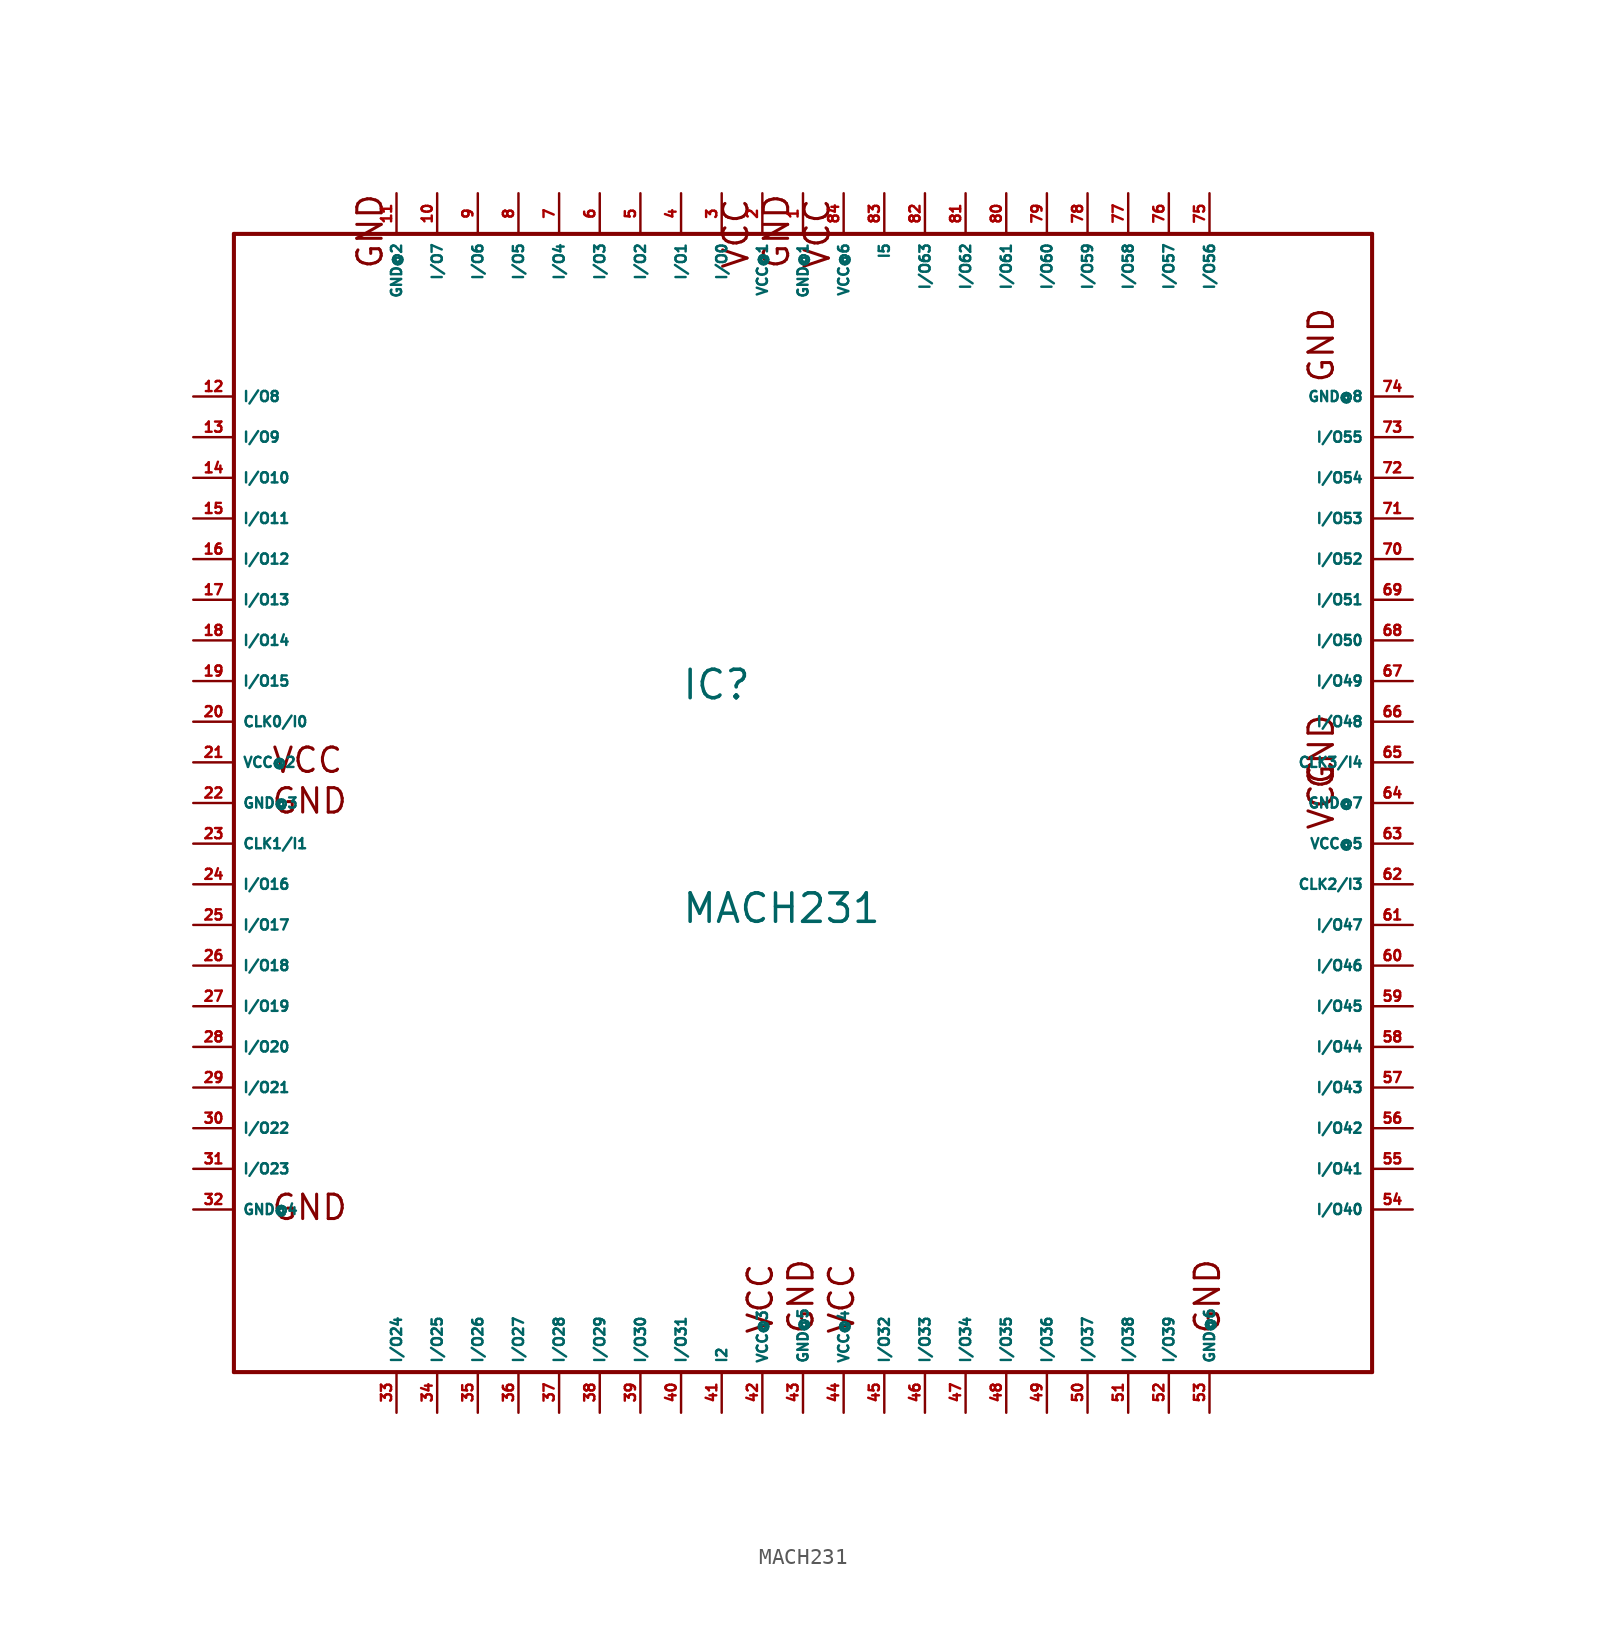
<source format=kicad_sym>
(kicad_symbol_lib
  (version 20220914)
  (generator Eagle2Kicad)
  (symbol "MACH231"
    (property "Reference" "IC"
      (at -7.62 6.35 0)
      (effects (font (size 1.778 1.778) (thickness 0.22)) (justify left bottom)))
    (property "Value" "MACH231"
      (at -7.62 -7.62 0)
      (effects (font (size 1.778 1.778) (thickness 0.22)) (justify left bottom)))
    (polyline
      (pts (xy -35.56 35.56) (xy 35.56 35.56))
      (stroke (width 0.254) (type default))
      (fill (type none)))
    (polyline
      (pts (xy 35.56 35.56) (xy 35.56 -35.56))
      (stroke (width 0.254) (type default))
      (fill (type none)))
    (polyline
      (pts (xy 35.56 -35.56) (xy -35.56 -35.56))
      (stroke (width 0.254) (type default))
      (fill (type none)))
    (polyline
      (pts (xy -35.56 -35.56) (xy -35.56 35.56))
      (stroke (width 0.254) (type default))
      (fill (type none)))
    (text "VCC"
      (at -33.274 1.778 0)
      (effects (font (size 1.524 1.524) (thickness 0.19)) (justify left bottom)))
    (text "GND"
      (at -33.274 -0.762 0)
      (effects (font (size 1.524 1.524) (thickness 0.19)) (justify left bottom)))
    (text "VCC"
      (at -1.778 -33.274 900)
      (effects (font (size 1.524 1.524) (thickness 0.19)) (justify left bottom)))
    (text "VCC"
      (at 3.302 -33.274 900)
      (effects (font (size 1.524 1.524) (thickness 0.19)) (justify left bottom)))
    (text "VCC"
      (at 33.274 -1.778 1800)
      (effects (font (size 1.524 1.524) (thickness 0.19)) (justify left bottom)))
    (text "VCC"
      (at 1.778 33.274 2700)
      (effects (font (size 1.524 1.524) (thickness 0.19)) (justify left bottom)))
    (text "VCC"
      (at -3.302 33.274 2700)
      (effects (font (size 1.524 1.524) (thickness 0.19)) (justify left bottom)))
    (text "GND"
      (at -33.274 -26.162 0)
      (effects (font (size 1.524 1.524) (thickness 0.19)) (justify left bottom)))
    (text "GND"
      (at 0.762 -33.274 900)
      (effects (font (size 1.524 1.524) (thickness 0.19)) (justify left bottom)))
    (text "GND"
      (at 33.274 0.762 1800)
      (effects (font (size 1.524 1.524) (thickness 0.19)) (justify left bottom)))
    (text "GND"
      (at 33.274 26.162 1800)
      (effects (font (size 1.524 1.524) (thickness 0.19)) (justify left bottom)))
    (text "GND"
      (at -0.762 33.274 2700)
      (effects (font (size 1.524 1.524) (thickness 0.19)) (justify left bottom)))
    (text "GND"
      (at -26.162 33.274 2700)
      (effects (font (size 1.524 1.524) (thickness 0.19)) (justify left bottom)))
    (text "GND"
      (at 26.162 -33.274 900)
      (effects (font (size 1.524 1.524) (thickness 0.19)) (justify left bottom)))
    (pin unspecified line
      (at 0 38.1 270)
      (length 2.54)
      (name "GND@1" (effects (font (size 0.635 0.635) (thickness 0.08)) (justify left bottom)))
      (number "1" (effects (font (size 0.635 0.635) (thickness 0.08)) (justify left bottom))))
    (pin bidirectional line
      (at -5.08 38.1 270)
      (length 2.54)
      (name "I/O0" (effects (font (size 0.635 0.635) (thickness 0.08)) (justify left bottom)))
      (number "3" (effects (font (size 0.635 0.635) (thickness 0.08)) (justify left bottom))))
    (pin bidirectional line
      (at -7.62 38.1 270)
      (length 2.54)
      (name "I/O1" (effects (font (size 0.635 0.635) (thickness 0.08)) (justify left bottom)))
      (number "4" (effects (font (size 0.635 0.635) (thickness 0.08)) (justify left bottom))))
    (pin bidirectional line
      (at -10.16 38.1 270)
      (length 2.54)
      (name "I/O2" (effects (font (size 0.635 0.635) (thickness 0.08)) (justify left bottom)))
      (number "5" (effects (font (size 0.635 0.635) (thickness 0.08)) (justify left bottom))))
    (pin bidirectional line
      (at -12.7 38.1 270)
      (length 2.54)
      (name "I/O3" (effects (font (size 0.635 0.635) (thickness 0.08)) (justify left bottom)))
      (number "6" (effects (font (size 0.635 0.635) (thickness 0.08)) (justify left bottom))))
    (pin bidirectional line
      (at -15.24 38.1 270)
      (length 2.54)
      (name "I/O4" (effects (font (size 0.635 0.635) (thickness 0.08)) (justify left bottom)))
      (number "7" (effects (font (size 0.635 0.635) (thickness 0.08)) (justify left bottom))))
    (pin bidirectional line
      (at -17.78 38.1 270)
      (length 2.54)
      (name "I/O5" (effects (font (size 0.635 0.635) (thickness 0.08)) (justify left bottom)))
      (number "8" (effects (font (size 0.635 0.635) (thickness 0.08)) (justify left bottom))))
    (pin bidirectional line
      (at -20.32 38.1 270)
      (length 2.54)
      (name "I/O6" (effects (font (size 0.635 0.635) (thickness 0.08)) (justify left bottom)))
      (number "9" (effects (font (size 0.635 0.635) (thickness 0.08)) (justify left bottom))))
    (pin bidirectional line
      (at -22.86 38.1 270)
      (length 2.54)
      (name "I/O7" (effects (font (size 0.635 0.635) (thickness 0.08)) (justify left bottom)))
      (number "10" (effects (font (size 0.635 0.635) (thickness 0.08)) (justify left bottom))))
    (pin bidirectional line
      (at -38.1 25.4 0)
      (length 2.54)
      (name "I/O8" (effects (font (size 0.635 0.635) (thickness 0.08)) (justify left bottom)))
      (number "12" (effects (font (size 0.635 0.635) (thickness 0.08)) (justify left bottom))))
    (pin bidirectional line
      (at -38.1 22.86 0)
      (length 2.54)
      (name "I/O9" (effects (font (size 0.635 0.635) (thickness 0.08)) (justify left bottom)))
      (number "13" (effects (font (size 0.635 0.635) (thickness 0.08)) (justify left bottom))))
    (pin bidirectional line
      (at -38.1 20.32 0)
      (length 2.54)
      (name "I/O10" (effects (font (size 0.635 0.635) (thickness 0.08)) (justify left bottom)))
      (number "14" (effects (font (size 0.635 0.635) (thickness 0.08)) (justify left bottom))))
    (pin bidirectional line
      (at -38.1 17.78 0)
      (length 2.54)
      (name "I/O11" (effects (font (size 0.635 0.635) (thickness 0.08)) (justify left bottom)))
      (number "15" (effects (font (size 0.635 0.635) (thickness 0.08)) (justify left bottom))))
    (pin bidirectional line
      (at -38.1 15.24 0)
      (length 2.54)
      (name "I/O12" (effects (font (size 0.635 0.635) (thickness 0.08)) (justify left bottom)))
      (number "16" (effects (font (size 0.635 0.635) (thickness 0.08)) (justify left bottom))))
    (pin bidirectional line
      (at -38.1 12.7 0)
      (length 2.54)
      (name "I/O13" (effects (font (size 0.635 0.635) (thickness 0.08)) (justify left bottom)))
      (number "17" (effects (font (size 0.635 0.635) (thickness 0.08)) (justify left bottom))))
    (pin bidirectional line
      (at -38.1 10.16 0)
      (length 2.54)
      (name "I/O14" (effects (font (size 0.635 0.635) (thickness 0.08)) (justify left bottom)))
      (number "18" (effects (font (size 0.635 0.635) (thickness 0.08)) (justify left bottom))))
    (pin bidirectional line
      (at -38.1 7.62 0)
      (length 2.54)
      (name "I/O15" (effects (font (size 0.635 0.635) (thickness 0.08)) (justify left bottom)))
      (number "19" (effects (font (size 0.635 0.635) (thickness 0.08)) (justify left bottom))))
    (pin bidirectional line
      (at -38.1 -5.08 0)
      (length 2.54)
      (name "I/O16" (effects (font (size 0.635 0.635) (thickness 0.08)) (justify left bottom)))
      (number "24" (effects (font (size 0.635 0.635) (thickness 0.08)) (justify left bottom))))
    (pin bidirectional line
      (at -38.1 -7.62 0)
      (length 2.54)
      (name "I/O17" (effects (font (size 0.635 0.635) (thickness 0.08)) (justify left bottom)))
      (number "25" (effects (font (size 0.635 0.635) (thickness 0.08)) (justify left bottom))))
    (pin bidirectional line
      (at -38.1 -10.16 0)
      (length 2.54)
      (name "I/O18" (effects (font (size 0.635 0.635) (thickness 0.08)) (justify left bottom)))
      (number "26" (effects (font (size 0.635 0.635) (thickness 0.08)) (justify left bottom))))
    (pin bidirectional line
      (at -38.1 -12.7 0)
      (length 2.54)
      (name "I/O19" (effects (font (size 0.635 0.635) (thickness 0.08)) (justify left bottom)))
      (number "27" (effects (font (size 0.635 0.635) (thickness 0.08)) (justify left bottom))))
    (pin bidirectional line
      (at -38.1 -15.24 0)
      (length 2.54)
      (name "I/O20" (effects (font (size 0.635 0.635) (thickness 0.08)) (justify left bottom)))
      (number "28" (effects (font (size 0.635 0.635) (thickness 0.08)) (justify left bottom))))
    (pin bidirectional line
      (at -38.1 -17.78 0)
      (length 2.54)
      (name "I/O21" (effects (font (size 0.635 0.635) (thickness 0.08)) (justify left bottom)))
      (number "29" (effects (font (size 0.635 0.635) (thickness 0.08)) (justify left bottom))))
    (pin bidirectional line
      (at -38.1 -20.32 0)
      (length 2.54)
      (name "I/O22" (effects (font (size 0.635 0.635) (thickness 0.08)) (justify left bottom)))
      (number "30" (effects (font (size 0.635 0.635) (thickness 0.08)) (justify left bottom))))
    (pin bidirectional line
      (at -38.1 -22.86 0)
      (length 2.54)
      (name "I/O23" (effects (font (size 0.635 0.635) (thickness 0.08)) (justify left bottom)))
      (number "31" (effects (font (size 0.635 0.635) (thickness 0.08)) (justify left bottom))))
    (pin bidirectional line
      (at -25.4 -38.1 90)
      (length 2.54)
      (name "I/O24" (effects (font (size 0.635 0.635) (thickness 0.08)) (justify left bottom)))
      (number "33" (effects (font (size 0.635 0.635) (thickness 0.08)) (justify left bottom))))
    (pin bidirectional line
      (at -22.86 -38.1 90)
      (length 2.54)
      (name "I/O25" (effects (font (size 0.635 0.635) (thickness 0.08)) (justify left bottom)))
      (number "34" (effects (font (size 0.635 0.635) (thickness 0.08)) (justify left bottom))))
    (pin bidirectional line
      (at -20.32 -38.1 90)
      (length 2.54)
      (name "I/O26" (effects (font (size 0.635 0.635) (thickness 0.08)) (justify left bottom)))
      (number "35" (effects (font (size 0.635 0.635) (thickness 0.08)) (justify left bottom))))
    (pin bidirectional line
      (at -17.78 -38.1 90)
      (length 2.54)
      (name "I/O27" (effects (font (size 0.635 0.635) (thickness 0.08)) (justify left bottom)))
      (number "36" (effects (font (size 0.635 0.635) (thickness 0.08)) (justify left bottom))))
    (pin bidirectional line
      (at -15.24 -38.1 90)
      (length 2.54)
      (name "I/O28" (effects (font (size 0.635 0.635) (thickness 0.08)) (justify left bottom)))
      (number "37" (effects (font (size 0.635 0.635) (thickness 0.08)) (justify left bottom))))
    (pin bidirectional line
      (at -12.7 -38.1 90)
      (length 2.54)
      (name "I/O29" (effects (font (size 0.635 0.635) (thickness 0.08)) (justify left bottom)))
      (number "38" (effects (font (size 0.635 0.635) (thickness 0.08)) (justify left bottom))))
    (pin bidirectional line
      (at -10.16 -38.1 90)
      (length 2.54)
      (name "I/O30" (effects (font (size 0.635 0.635) (thickness 0.08)) (justify left bottom)))
      (number "39" (effects (font (size 0.635 0.635) (thickness 0.08)) (justify left bottom))))
    (pin bidirectional line
      (at -7.62 -38.1 90)
      (length 2.54)
      (name "I/O31" (effects (font (size 0.635 0.635) (thickness 0.08)) (justify left bottom)))
      (number "40" (effects (font (size 0.635 0.635) (thickness 0.08)) (justify left bottom))))
    (pin bidirectional line
      (at 5.08 -38.1 90)
      (length 2.54)
      (name "I/O32" (effects (font (size 0.635 0.635) (thickness 0.08)) (justify left bottom)))
      (number "45" (effects (font (size 0.635 0.635) (thickness 0.08)) (justify left bottom))))
    (pin bidirectional line
      (at 7.62 -38.1 90)
      (length 2.54)
      (name "I/O33" (effects (font (size 0.635 0.635) (thickness 0.08)) (justify left bottom)))
      (number "46" (effects (font (size 0.635 0.635) (thickness 0.08)) (justify left bottom))))
    (pin bidirectional line
      (at 10.16 -38.1 90)
      (length 2.54)
      (name "I/O34" (effects (font (size 0.635 0.635) (thickness 0.08)) (justify left bottom)))
      (number "47" (effects (font (size 0.635 0.635) (thickness 0.08)) (justify left bottom))))
    (pin bidirectional line
      (at 12.7 -38.1 90)
      (length 2.54)
      (name "I/O35" (effects (font (size 0.635 0.635) (thickness 0.08)) (justify left bottom)))
      (number "48" (effects (font (size 0.635 0.635) (thickness 0.08)) (justify left bottom))))
    (pin bidirectional line
      (at 15.24 -38.1 90)
      (length 2.54)
      (name "I/O36" (effects (font (size 0.635 0.635) (thickness 0.08)) (justify left bottom)))
      (number "49" (effects (font (size 0.635 0.635) (thickness 0.08)) (justify left bottom))))
    (pin bidirectional line
      (at 17.78 -38.1 90)
      (length 2.54)
      (name "I/O37" (effects (font (size 0.635 0.635) (thickness 0.08)) (justify left bottom)))
      (number "50" (effects (font (size 0.635 0.635) (thickness 0.08)) (justify left bottom))))
    (pin bidirectional line
      (at 20.32 -38.1 90)
      (length 2.54)
      (name "I/O38" (effects (font (size 0.635 0.635) (thickness 0.08)) (justify left bottom)))
      (number "51" (effects (font (size 0.635 0.635) (thickness 0.08)) (justify left bottom))))
    (pin bidirectional line
      (at 22.86 -38.1 90)
      (length 2.54)
      (name "I/O39" (effects (font (size 0.635 0.635) (thickness 0.08)) (justify left bottom)))
      (number "52" (effects (font (size 0.635 0.635) (thickness 0.08)) (justify left bottom))))
    (pin bidirectional line
      (at 38.1 -25.4 180)
      (length 2.54)
      (name "I/O40" (effects (font (size 0.635 0.635) (thickness 0.08)) (justify left bottom)))
      (number "54" (effects (font (size 0.635 0.635) (thickness 0.08)) (justify left bottom))))
    (pin bidirectional line
      (at 38.1 -22.86 180)
      (length 2.54)
      (name "I/O41" (effects (font (size 0.635 0.635) (thickness 0.08)) (justify left bottom)))
      (number "55" (effects (font (size 0.635 0.635) (thickness 0.08)) (justify left bottom))))
    (pin bidirectional line
      (at 38.1 -20.32 180)
      (length 2.54)
      (name "I/O42" (effects (font (size 0.635 0.635) (thickness 0.08)) (justify left bottom)))
      (number "56" (effects (font (size 0.635 0.635) (thickness 0.08)) (justify left bottom))))
    (pin bidirectional line
      (at 38.1 -17.78 180)
      (length 2.54)
      (name "I/O43" (effects (font (size 0.635 0.635) (thickness 0.08)) (justify left bottom)))
      (number "57" (effects (font (size 0.635 0.635) (thickness 0.08)) (justify left bottom))))
    (pin bidirectional line
      (at 38.1 -15.24 180)
      (length 2.54)
      (name "I/O44" (effects (font (size 0.635 0.635) (thickness 0.08)) (justify left bottom)))
      (number "58" (effects (font (size 0.635 0.635) (thickness 0.08)) (justify left bottom))))
    (pin bidirectional line
      (at 38.1 -12.7 180)
      (length 2.54)
      (name "I/O45" (effects (font (size 0.635 0.635) (thickness 0.08)) (justify left bottom)))
      (number "59" (effects (font (size 0.635 0.635) (thickness 0.08)) (justify left bottom))))
    (pin bidirectional line
      (at 38.1 -10.16 180)
      (length 2.54)
      (name "I/O46" (effects (font (size 0.635 0.635) (thickness 0.08)) (justify left bottom)))
      (number "60" (effects (font (size 0.635 0.635) (thickness 0.08)) (justify left bottom))))
    (pin bidirectional line
      (at 38.1 -7.62 180)
      (length 2.54)
      (name "I/O47" (effects (font (size 0.635 0.635) (thickness 0.08)) (justify left bottom)))
      (number "61" (effects (font (size 0.635 0.635) (thickness 0.08)) (justify left bottom))))
    (pin bidirectional line
      (at 38.1 5.08 180)
      (length 2.54)
      (name "I/O48" (effects (font (size 0.635 0.635) (thickness 0.08)) (justify left bottom)))
      (number "66" (effects (font (size 0.635 0.635) (thickness 0.08)) (justify left bottom))))
    (pin bidirectional line
      (at 38.1 7.62 180)
      (length 2.54)
      (name "I/O49" (effects (font (size 0.635 0.635) (thickness 0.08)) (justify left bottom)))
      (number "67" (effects (font (size 0.635 0.635) (thickness 0.08)) (justify left bottom))))
    (pin bidirectional line
      (at 38.1 10.16 180)
      (length 2.54)
      (name "I/O50" (effects (font (size 0.635 0.635) (thickness 0.08)) (justify left bottom)))
      (number "68" (effects (font (size 0.635 0.635) (thickness 0.08)) (justify left bottom))))
    (pin bidirectional line
      (at 38.1 12.7 180)
      (length 2.54)
      (name "I/O51" (effects (font (size 0.635 0.635) (thickness 0.08)) (justify left bottom)))
      (number "69" (effects (font (size 0.635 0.635) (thickness 0.08)) (justify left bottom))))
    (pin bidirectional line
      (at 38.1 15.24 180)
      (length 2.54)
      (name "I/O52" (effects (font (size 0.635 0.635) (thickness 0.08)) (justify left bottom)))
      (number "70" (effects (font (size 0.635 0.635) (thickness 0.08)) (justify left bottom))))
    (pin bidirectional line
      (at 38.1 17.78 180)
      (length 2.54)
      (name "I/O53" (effects (font (size 0.635 0.635) (thickness 0.08)) (justify left bottom)))
      (number "71" (effects (font (size 0.635 0.635) (thickness 0.08)) (justify left bottom))))
    (pin bidirectional line
      (at 38.1 20.32 180)
      (length 2.54)
      (name "I/O54" (effects (font (size 0.635 0.635) (thickness 0.08)) (justify left bottom)))
      (number "72" (effects (font (size 0.635 0.635) (thickness 0.08)) (justify left bottom))))
    (pin bidirectional line
      (at 38.1 22.86 180)
      (length 2.54)
      (name "I/O55" (effects (font (size 0.635 0.635) (thickness 0.08)) (justify left bottom)))
      (number "73" (effects (font (size 0.635 0.635) (thickness 0.08)) (justify left bottom))))
    (pin bidirectional line
      (at 25.4 38.1 270)
      (length 2.54)
      (name "I/O56" (effects (font (size 0.635 0.635) (thickness 0.08)) (justify left bottom)))
      (number "75" (effects (font (size 0.635 0.635) (thickness 0.08)) (justify left bottom))))
    (pin bidirectional line
      (at 22.86 38.1 270)
      (length 2.54)
      (name "I/O57" (effects (font (size 0.635 0.635) (thickness 0.08)) (justify left bottom)))
      (number "76" (effects (font (size 0.635 0.635) (thickness 0.08)) (justify left bottom))))
    (pin bidirectional line
      (at 20.32 38.1 270)
      (length 2.54)
      (name "I/O58" (effects (font (size 0.635 0.635) (thickness 0.08)) (justify left bottom)))
      (number "77" (effects (font (size 0.635 0.635) (thickness 0.08)) (justify left bottom))))
    (pin bidirectional line
      (at 17.78 38.1 270)
      (length 2.54)
      (name "I/O59" (effects (font (size 0.635 0.635) (thickness 0.08)) (justify left bottom)))
      (number "78" (effects (font (size 0.635 0.635) (thickness 0.08)) (justify left bottom))))
    (pin bidirectional line
      (at 15.24 38.1 270)
      (length 2.54)
      (name "I/O60" (effects (font (size 0.635 0.635) (thickness 0.08)) (justify left bottom)))
      (number "79" (effects (font (size 0.635 0.635) (thickness 0.08)) (justify left bottom))))
    (pin bidirectional line
      (at 12.7 38.1 270)
      (length 2.54)
      (name "I/O61" (effects (font (size 0.635 0.635) (thickness 0.08)) (justify left bottom)))
      (number "80" (effects (font (size 0.635 0.635) (thickness 0.08)) (justify left bottom))))
    (pin bidirectional line
      (at 10.16 38.1 270)
      (length 2.54)
      (name "I/O62" (effects (font (size 0.635 0.635) (thickness 0.08)) (justify left bottom)))
      (number "81" (effects (font (size 0.635 0.635) (thickness 0.08)) (justify left bottom))))
    (pin bidirectional line
      (at 7.62 38.1 270)
      (length 2.54)
      (name "I/O63" (effects (font (size 0.635 0.635) (thickness 0.08)) (justify left bottom)))
      (number "82" (effects (font (size 0.635 0.635) (thickness 0.08)) (justify left bottom))))
    (pin unspecified line
      (at -25.4 38.1 270)
      (length 2.54)
      (name "GND@2" (effects (font (size 0.635 0.635) (thickness 0.08)) (justify left bottom)))
      (number "11" (effects (font (size 0.635 0.635) (thickness 0.08)) (justify left bottom))))
    (pin unspecified line
      (at -2.54 38.1 270)
      (length 2.54)
      (name "VCC@1" (effects (font (size 0.635 0.635) (thickness 0.08)) (justify left bottom)))
      (number "2" (effects (font (size 0.635 0.635) (thickness 0.08)) (justify left bottom))))
    (pin unspecified line
      (at -38.1 2.54 0)
      (length 2.54)
      (name "VCC@2" (effects (font (size 0.635 0.635) (thickness 0.08)) (justify left bottom)))
      (number "21" (effects (font (size 0.635 0.635) (thickness 0.08)) (justify left bottom))))
    (pin unspecified line
      (at -38.1 0 0)
      (length 2.54)
      (name "GND@3" (effects (font (size 0.635 0.635) (thickness 0.08)) (justify left bottom)))
      (number "22" (effects (font (size 0.635 0.635) (thickness 0.08)) (justify left bottom))))
    (pin unspecified line
      (at -38.1 -25.4 0)
      (length 2.54)
      (name "GND@4" (effects (font (size 0.635 0.635) (thickness 0.08)) (justify left bottom)))
      (number "32" (effects (font (size 0.635 0.635) (thickness 0.08)) (justify left bottom))))
    (pin input line
      (at -38.1 5.08 0)
      (length 2.54)
      (name "CLK0/I0" (effects (font (size 0.635 0.635) (thickness 0.08)) (justify left bottom)))
      (number "20" (effects (font (size 0.635 0.635) (thickness 0.08)) (justify left bottom))))
    (pin input line
      (at -38.1 -2.54 0)
      (length 2.54)
      (name "CLK1/I1" (effects (font (size 0.635 0.635) (thickness 0.08)) (justify left bottom)))
      (number "23" (effects (font (size 0.635 0.635) (thickness 0.08)) (justify left bottom))))
    (pin input line
      (at -5.08 -38.1 90)
      (length 2.54)
      (name "I2" (effects (font (size 0.635 0.635) (thickness 0.08)) (justify left bottom)))
      (number "41" (effects (font (size 0.635 0.635) (thickness 0.08)) (justify left bottom))))
    (pin unspecified line
      (at -2.54 -38.1 90)
      (length 2.54)
      (name "VCC@3" (effects (font (size 0.635 0.635) (thickness 0.08)) (justify left bottom)))
      (number "42" (effects (font (size 0.635 0.635) (thickness 0.08)) (justify left bottom))))
    (pin unspecified line
      (at 0 -38.1 90)
      (length 2.54)
      (name "GND@5" (effects (font (size 0.635 0.635) (thickness 0.08)) (justify left bottom)))
      (number "43" (effects (font (size 0.635 0.635) (thickness 0.08)) (justify left bottom))))
    (pin unspecified line
      (at 2.54 -38.1 90)
      (length 2.54)
      (name "VCC@4" (effects (font (size 0.635 0.635) (thickness 0.08)) (justify left bottom)))
      (number "44" (effects (font (size 0.635 0.635) (thickness 0.08)) (justify left bottom))))
    (pin unspecified line
      (at 25.4 -38.1 90)
      (length 2.54)
      (name "GND@6" (effects (font (size 0.635 0.635) (thickness 0.08)) (justify left bottom)))
      (number "53" (effects (font (size 0.635 0.635) (thickness 0.08)) (justify left bottom))))
    (pin input line
      (at 38.1 -5.08 180)
      (length 2.54)
      (name "CLK2/I3" (effects (font (size 0.635 0.635) (thickness 0.08)) (justify left bottom)))
      (number "62" (effects (font (size 0.635 0.635) (thickness 0.08)) (justify left bottom))))
    (pin input line
      (at 38.1 2.54 180)
      (length 2.54)
      (name "CLK3/I4" (effects (font (size 0.635 0.635) (thickness 0.08)) (justify left bottom)))
      (number "65" (effects (font (size 0.635 0.635) (thickness 0.08)) (justify left bottom))))
    (pin unspecified line
      (at 38.1 -2.54 180)
      (length 2.54)
      (name "VCC@5" (effects (font (size 0.635 0.635) (thickness 0.08)) (justify left bottom)))
      (number "63" (effects (font (size 0.635 0.635) (thickness 0.08)) (justify left bottom))))
    (pin unspecified line
      (at 38.1 0 180)
      (length 2.54)
      (name "GND@7" (effects (font (size 0.635 0.635) (thickness 0.08)) (justify left bottom)))
      (number "64" (effects (font (size 0.635 0.635) (thickness 0.08)) (justify left bottom))))
    (pin unspecified line
      (at 38.1 25.4 180)
      (length 2.54)
      (name "GND@8" (effects (font (size 0.635 0.635) (thickness 0.08)) (justify left bottom)))
      (number "74" (effects (font (size 0.635 0.635) (thickness 0.08)) (justify left bottom))))
    (pin input line
      (at 5.08 38.1 270)
      (length 2.54)
      (name "I5" (effects (font (size 0.635 0.635) (thickness 0.08)) (justify left bottom)))
      (number "83" (effects (font (size 0.635 0.635) (thickness 0.08)) (justify left bottom))))
    (pin unspecified line
      (at 2.54 38.1 270)
      (length 2.54)
      (name "VCC@6" (effects (font (size 0.635 0.635) (thickness 0.08)) (justify left bottom)))
      (number "84" (effects (font (size 0.635 0.635) (thickness 0.08)) (justify left bottom))))))
</source>
